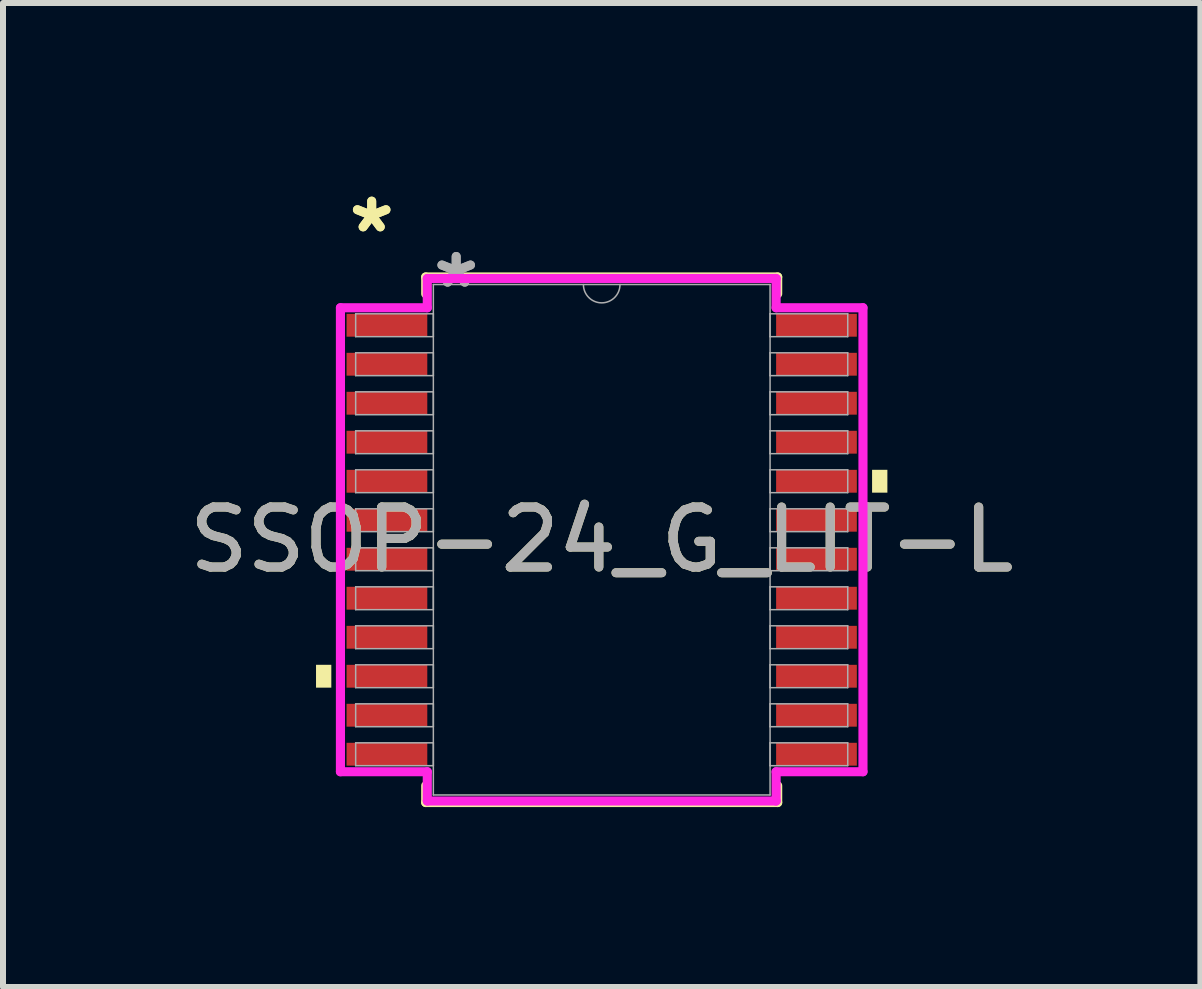
<source format=kicad_pcb>
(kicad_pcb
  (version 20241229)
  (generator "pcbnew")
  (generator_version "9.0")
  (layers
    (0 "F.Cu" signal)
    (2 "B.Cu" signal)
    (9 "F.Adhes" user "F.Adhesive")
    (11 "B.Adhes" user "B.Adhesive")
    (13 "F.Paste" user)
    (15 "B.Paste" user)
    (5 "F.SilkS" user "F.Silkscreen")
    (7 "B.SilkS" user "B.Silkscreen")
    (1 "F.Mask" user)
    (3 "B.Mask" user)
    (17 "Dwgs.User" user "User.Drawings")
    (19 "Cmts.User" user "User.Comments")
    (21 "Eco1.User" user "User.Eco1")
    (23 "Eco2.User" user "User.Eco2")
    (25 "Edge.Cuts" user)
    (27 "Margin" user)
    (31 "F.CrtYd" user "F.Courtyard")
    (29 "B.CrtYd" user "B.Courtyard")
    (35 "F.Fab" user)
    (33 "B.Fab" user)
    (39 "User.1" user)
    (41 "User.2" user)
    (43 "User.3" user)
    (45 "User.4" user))
  (footprint "SSOP-24_G_LIT-L"
    (layer "F.Cu")
    (at 6.982 5.949)
    (property "Reference" "SSOP-24_G_LIT-L" (at 0 0 0) (unlocked yes) (layer "F.SilkS") (effects (font (size 1 1) (thickness 0.15))))
    (attr smd)
    (fp_line (start -2.934 -4.381) (end -2.934 -4.1) (stroke (width 0.152) (type solid)) (layer "F.SilkS"))
    (fp_line (start -2.934 4.1) (end -2.934 4.381) (stroke (width 0.152) (type solid)) (layer "F.SilkS"))
    (fp_line (start -2.934 4.381) (end 2.934 4.381) (stroke (width 0.152) (type solid)) (layer "F.SilkS"))
    (fp_line (start 2.934 -4.381) (end -2.934 -4.381) (stroke (width 0.152) (type solid)) (layer "F.SilkS"))
    (fp_line (start 2.934 -4.1) (end 2.934 -4.381) (stroke (width 0.152) (type solid)) (layer "F.SilkS"))
    (fp_line (start 2.934 4.381) (end 2.934 4.1) (stroke (width 0.152) (type solid)) (layer "F.SilkS"))
    (fp_poly (pts (xy -4.763 2.085) (xy -4.763 2.466) (xy -4.508 2.466) (xy -4.508 2.085)) (stroke (width 0) (type solid)) (fill yes) (layer "F.SilkS"))
    (fp_poly (pts (xy 4.763 -1.166) (xy 4.763 -0.785) (xy 4.508 -0.785) (xy 4.508 -1.166)) (stroke (width 0) (type solid)) (fill yes) (layer "F.SilkS"))
    (fp_line (start -4.356 -3.868) (end -2.908 -3.868) (stroke (width 0.152) (type solid)) (layer "F.CrtYd"))
    (fp_line (start -4.356 3.868) (end -4.356 -3.868) (stroke (width 0.152) (type solid)) (layer "F.CrtYd"))
    (fp_line (start -4.356 3.868) (end -2.908 3.868) (stroke (width 0.152) (type solid)) (layer "F.CrtYd"))
    (fp_line (start -2.908 -4.356) (end 2.908 -4.356) (stroke (width 0.152) (type solid)) (layer "F.CrtYd"))
    (fp_line (start -2.908 -3.868) (end -2.908 -4.356) (stroke (width 0.152) (type solid)) (layer "F.CrtYd"))
    (fp_line (start -2.908 4.356) (end -2.908 3.868) (stroke (width 0.152) (type solid)) (layer "F.CrtYd"))
    (fp_line (start 2.908 -4.356) (end 2.908 -3.868) (stroke (width 0.152) (type solid)) (layer "F.CrtYd"))
    (fp_line (start 2.908 3.868) (end 2.908 4.356) (stroke (width 0.152) (type solid)) (layer "F.CrtYd"))
    (fp_line (start 2.908 4.356) (end -2.908 4.356) (stroke (width 0.152) (type solid)) (layer "F.CrtYd"))
    (fp_line (start 4.356 -3.868) (end 2.908 -3.868) (stroke (width 0.152) (type solid)) (layer "F.CrtYd"))
    (fp_line (start 4.356 -3.868) (end 4.356 3.868) (stroke (width 0.152) (type solid)) (layer "F.CrtYd"))
    (fp_line (start 4.356 3.868) (end 2.908 3.868) (stroke (width 0.152) (type solid)) (layer "F.CrtYd"))
    (fp_line (start -4.102 -3.767) (end -4.102 -3.386) (stroke (width 0.025) (type solid)) (layer "F.Fab"))
    (fp_line (start -4.102 -3.386) (end -2.807 -3.386) (stroke (width 0.025) (type solid)) (layer "F.Fab"))
    (fp_line (start -4.102 -3.117) (end -4.102 -2.736) (stroke (width 0.025) (type solid)) (layer "F.Fab"))
    (fp_line (start -4.102 -2.736) (end -2.807 -2.736) (stroke (width 0.025) (type solid)) (layer "F.Fab"))
    (fp_line (start -4.102 -2.466) (end -4.102 -2.085) (stroke (width 0.025) (type solid)) (layer "F.Fab"))
    (fp_line (start -4.102 -2.085) (end -2.807 -2.085) (stroke (width 0.025) (type solid)) (layer "F.Fab"))
    (fp_line (start -4.102 -1.816) (end -4.102 -1.435) (stroke (width 0.025) (type solid)) (layer "F.Fab"))
    (fp_line (start -4.102 -1.435) (end -2.807 -1.435) (stroke (width 0.025) (type solid)) (layer "F.Fab"))
    (fp_line (start -4.102 -1.166) (end -4.102 -0.785) (stroke (width 0.025) (type solid)) (layer "F.Fab"))
    (fp_line (start -4.102 -0.785) (end -2.807 -0.785) (stroke (width 0.025) (type solid)) (layer "F.Fab"))
    (fp_line (start -4.102 -0.516) (end -4.102 -0.135) (stroke (width 0.025) (type solid)) (layer "F.Fab"))
    (fp_line (start -4.102 -0.135) (end -2.807 -0.135) (stroke (width 0.025) (type solid)) (layer "F.Fab"))
    (fp_line (start -4.102 0.135) (end -4.102 0.516) (stroke (width 0.025) (type solid)) (layer "F.Fab"))
    (fp_line (start -4.102 0.516) (end -2.807 0.516) (stroke (width 0.025) (type solid)) (layer "F.Fab"))
    (fp_line (start -4.102 0.785) (end -4.102 1.166) (stroke (width 0.025) (type solid)) (layer "F.Fab"))
    (fp_line (start -4.102 1.166) (end -2.807 1.166) (stroke (width 0.025) (type solid)) (layer "F.Fab"))
    (fp_line (start -4.102 1.435) (end -4.102 1.816) (stroke (width 0.025) (type solid)) (layer "F.Fab"))
    (fp_line (start -4.102 1.816) (end -2.807 1.816) (stroke (width 0.025) (type solid)) (layer "F.Fab"))
    (fp_line (start -4.102 2.085) (end -4.102 2.466) (stroke (width 0.025) (type solid)) (layer "F.Fab"))
    (fp_line (start -4.102 2.466) (end -2.807 2.466) (stroke (width 0.025) (type solid)) (layer "F.Fab"))
    (fp_line (start -4.102 2.736) (end -4.102 3.117) (stroke (width 0.025) (type solid)) (layer "F.Fab"))
    (fp_line (start -4.102 3.117) (end -2.807 3.117) (stroke (width 0.025) (type solid)) (layer "F.Fab"))
    (fp_line (start -4.102 3.386) (end -4.102 3.767) (stroke (width 0.025) (type solid)) (layer "F.Fab"))
    (fp_line (start -4.102 3.767) (end -2.807 3.767) (stroke (width 0.025) (type solid)) (layer "F.Fab"))
    (fp_line (start -2.807 -4.255) (end -2.807 4.255) (stroke (width 0.025) (type solid)) (layer "F.Fab"))
    (fp_line (start -2.807 -3.767) (end -4.102 -3.767) (stroke (width 0.025) (type solid)) (layer "F.Fab"))
    (fp_line (start -2.807 -3.386) (end -2.807 -3.767) (stroke (width 0.025) (type solid)) (layer "F.Fab"))
    (fp_line (start -2.807 -3.117) (end -4.102 -3.117) (stroke (width 0.025) (type solid)) (layer "F.Fab"))
    (fp_line (start -2.807 -2.736) (end -2.807 -3.117) (stroke (width 0.025) (type solid)) (layer "F.Fab"))
    (fp_line (start -2.807 -2.466) (end -4.102 -2.466) (stroke (width 0.025) (type solid)) (layer "F.Fab"))
    (fp_line (start -2.807 -2.085) (end -2.807 -2.466) (stroke (width 0.025) (type solid)) (layer "F.Fab"))
    (fp_line (start -2.807 -1.816) (end -4.102 -1.816) (stroke (width 0.025) (type solid)) (layer "F.Fab"))
    (fp_line (start -2.807 -1.435) (end -2.807 -1.816) (stroke (width 0.025) (type solid)) (layer "F.Fab"))
    (fp_line (start -2.807 -1.166) (end -4.102 -1.166) (stroke (width 0.025) (type solid)) (layer "F.Fab"))
    (fp_line (start -2.807 -0.785) (end -2.807 -1.166) (stroke (width 0.025) (type solid)) (layer "F.Fab"))
    (fp_line (start -2.807 -0.516) (end -4.102 -0.516) (stroke (width 0.025) (type solid)) (layer "F.Fab"))
    (fp_line (start -2.807 -0.135) (end -2.807 -0.516) (stroke (width 0.025) (type solid)) (layer "F.Fab"))
    (fp_line (start -2.807 0.135) (end -4.102 0.135) (stroke (width 0.025) (type solid)) (layer "F.Fab"))
    (fp_line (start -2.807 0.516) (end -2.807 0.135) (stroke (width 0.025) (type solid)) (layer "F.Fab"))
    (fp_line (start -2.807 0.785) (end -4.102 0.785) (stroke (width 0.025) (type solid)) (layer "F.Fab"))
    (fp_line (start -2.807 1.166) (end -2.807 0.785) (stroke (width 0.025) (type solid)) (layer "F.Fab"))
    (fp_line (start -2.807 1.435) (end -4.102 1.435) (stroke (width 0.025) (type solid)) (layer "F.Fab"))
    (fp_line (start -2.807 1.816) (end -2.807 1.435) (stroke (width 0.025) (type solid)) (layer "F.Fab"))
    (fp_line (start -2.807 2.085) (end -4.102 2.085) (stroke (width 0.025) (type solid)) (layer "F.Fab"))
    (fp_line (start -2.807 2.466) (end -2.807 2.085) (stroke (width 0.025) (type solid)) (layer "F.Fab"))
    (fp_line (start -2.807 2.736) (end -4.102 2.736) (stroke (width 0.025) (type solid)) (layer "F.Fab"))
    (fp_line (start -2.807 3.117) (end -2.807 2.736) (stroke (width 0.025) (type solid)) (layer "F.Fab"))
    (fp_line (start -2.807 3.386) (end -4.102 3.386) (stroke (width 0.025) (type solid)) (layer "F.Fab"))
    (fp_line (start -2.807 3.767) (end -2.807 3.386) (stroke (width 0.025) (type solid)) (layer "F.Fab"))
    (fp_line (start -2.807 4.255) (end 2.807 4.255) (stroke (width 0.025) (type solid)) (layer "F.Fab"))
    (fp_line (start 2.807 -4.255) (end -2.807 -4.255) (stroke (width 0.025) (type solid)) (layer "F.Fab"))
    (fp_line (start 2.807 -3.767) (end 2.807 -3.386) (stroke (width 0.025) (type solid)) (layer "F.Fab"))
    (fp_line (start 2.807 -3.386) (end 4.102 -3.386) (stroke (width 0.025) (type solid)) (layer "F.Fab"))
    (fp_line (start 2.807 -3.117) (end 2.807 -2.736) (stroke (width 0.025) (type solid)) (layer "F.Fab"))
    (fp_line (start 2.807 -2.736) (end 4.102 -2.736) (stroke (width 0.025) (type solid)) (layer "F.Fab"))
    (fp_line (start 2.807 -2.466) (end 2.807 -2.085) (stroke (width 0.025) (type solid)) (layer "F.Fab"))
    (fp_line (start 2.807 -2.085) (end 4.102 -2.085) (stroke (width 0.025) (type solid)) (layer "F.Fab"))
    (fp_line (start 2.807 -1.816) (end 2.807 -1.435) (stroke (width 0.025) (type solid)) (layer "F.Fab"))
    (fp_line (start 2.807 -1.435) (end 4.102 -1.435) (stroke (width 0.025) (type solid)) (layer "F.Fab"))
    (fp_line (start 2.807 -1.166) (end 2.807 -0.785) (stroke (width 0.025) (type solid)) (layer "F.Fab"))
    (fp_line (start 2.807 -0.785) (end 4.102 -0.785) (stroke (width 0.025) (type solid)) (layer "F.Fab"))
    (fp_line (start 2.807 -0.516) (end 2.807 -0.135) (stroke (width 0.025) (type solid)) (layer "F.Fab"))
    (fp_line (start 2.807 -0.135) (end 4.102 -0.135) (stroke (width 0.025) (type solid)) (layer "F.Fab"))
    (fp_line (start 2.807 0.135) (end 2.807 0.516) (stroke (width 0.025) (type solid)) (layer "F.Fab"))
    (fp_line (start 2.807 0.516) (end 4.102 0.516) (stroke (width 0.025) (type solid)) (layer "F.Fab"))
    (fp_line (start 2.807 0.785) (end 2.807 1.166) (stroke (width 0.025) (type solid)) (layer "F.Fab"))
    (fp_line (start 2.807 1.166) (end 4.102 1.166) (stroke (width 0.025) (type solid)) (layer "F.Fab"))
    (fp_line (start 2.807 1.435) (end 2.807 1.816) (stroke (width 0.025) (type solid)) (layer "F.Fab"))
    (fp_line (start 2.807 1.816) (end 4.102 1.816) (stroke (width 0.025) (type solid)) (layer "F.Fab"))
    (fp_line (start 2.807 2.085) (end 2.807 2.466) (stroke (width 0.025) (type solid)) (layer "F.Fab"))
    (fp_line (start 2.807 2.466) (end 4.102 2.466) (stroke (width 0.025) (type solid)) (layer "F.Fab"))
    (fp_line (start 2.807 2.736) (end 2.807 3.117) (stroke (width 0.025) (type solid)) (layer "F.Fab"))
    (fp_line (start 2.807 3.117) (end 4.102 3.117) (stroke (width 0.025) (type solid)) (layer "F.Fab"))
    (fp_line (start 2.807 3.386) (end 2.807 3.767) (stroke (width 0.025) (type solid)) (layer "F.Fab"))
    (fp_line (start 2.807 3.767) (end 4.102 3.767) (stroke (width 0.025) (type solid)) (layer "F.Fab"))
    (fp_line (start 2.807 4.255) (end 2.807 -4.255) (stroke (width 0.025) (type solid)) (layer "F.Fab"))
    (fp_line (start 4.102 -3.767) (end 2.807 -3.767) (stroke (width 0.025) (type solid)) (layer "F.Fab"))
    (fp_line (start 4.102 -3.386) (end 4.102 -3.767) (stroke (width 0.025) (type solid)) (layer "F.Fab"))
    (fp_line (start 4.102 -3.117) (end 2.807 -3.117) (stroke (width 0.025) (type solid)) (layer "F.Fab"))
    (fp_line (start 4.102 -2.736) (end 4.102 -3.117) (stroke (width 0.025) (type solid)) (layer "F.Fab"))
    (fp_line (start 4.102 -2.466) (end 2.807 -2.466) (stroke (width 0.025) (type solid)) (layer "F.Fab"))
    (fp_line (start 4.102 -2.085) (end 4.102 -2.466) (stroke (width 0.025) (type solid)) (layer "F.Fab"))
    (fp_line (start 4.102 -1.816) (end 2.807 -1.816) (stroke (width 0.025) (type solid)) (layer "F.Fab"))
    (fp_line (start 4.102 -1.435) (end 4.102 -1.816) (stroke (width 0.025) (type solid)) (layer "F.Fab"))
    (fp_line (start 4.102 -1.166) (end 2.807 -1.166) (stroke (width 0.025) (type solid)) (layer "F.Fab"))
    (fp_line (start 4.102 -0.785) (end 4.102 -1.166) (stroke (width 0.025) (type solid)) (layer "F.Fab"))
    (fp_line (start 4.102 -0.516) (end 2.807 -0.516) (stroke (width 0.025) (type solid)) (layer "F.Fab"))
    (fp_line (start 4.102 -0.135) (end 4.102 -0.516) (stroke (width 0.025) (type solid)) (layer "F.Fab"))
    (fp_line (start 4.102 0.135) (end 2.807 0.135) (stroke (width 0.025) (type solid)) (layer "F.Fab"))
    (fp_line (start 4.102 0.516) (end 4.102 0.135) (stroke (width 0.025) (type solid)) (layer "F.Fab"))
    (fp_line (start 4.102 0.785) (end 2.807 0.785) (stroke (width 0.025) (type solid)) (layer "F.Fab"))
    (fp_line (start 4.102 1.166) (end 4.102 0.785) (stroke (width 0.025) (type solid)) (layer "F.Fab"))
    (fp_line (start 4.102 1.435) (end 2.807 1.435) (stroke (width 0.025) (type solid)) (layer "F.Fab"))
    (fp_line (start 4.102 1.816) (end 4.102 1.435) (stroke (width 0.025) (type solid)) (layer "F.Fab"))
    (fp_line (start 4.102 2.085) (end 2.807 2.085) (stroke (width 0.025) (type solid)) (layer "F.Fab"))
    (fp_line (start 4.102 2.466) (end 4.102 2.085) (stroke (width 0.025) (type solid)) (layer "F.Fab"))
    (fp_line (start 4.102 2.736) (end 2.807 2.736) (stroke (width 0.025) (type solid)) (layer "F.Fab"))
    (fp_line (start 4.102 3.117) (end 4.102 2.736) (stroke (width 0.025) (type solid)) (layer "F.Fab"))
    (fp_line (start 4.102 3.386) (end 2.807 3.386) (stroke (width 0.025) (type solid)) (layer "F.Fab"))
    (fp_line (start 4.102 3.767) (end 4.102 3.386) (stroke (width 0.025) (type solid)) (layer "F.Fab"))
    (fp_arc (start 0.3048 -4.2545) (mid 0 -3.9497) (end -0.3048 -4.2545) (stroke (width 0.0254) (type solid)) (layer "F.Fab"))
    (fp_text user "*" (at -3.835 -5.1 0) (layer "F.SilkS") (effects (font (size 1 1) (thickness 0.15))))
    (fp_text user "*" (at -3.835 -5.1 0) (unlocked yes) (layer "F.SilkS") (effects (font (size 1 1) (thickness 0.15))))
    (fp_text user "*" (at -2.426 -4.178 0) (unlocked yes) (layer "F.Fab") (effects (font (size 1 1) (thickness 0.15))))
    (fp_text user "${REFERENCE}" (at 0 0 0) (unlocked yes) (layer "F.Fab") (effects (font (size 1 1) (thickness 0.15))))
    (fp_text user "*" (at -2.426 -4.178 0) (layer "F.Fab") (effects (font (size 1 1) (thickness 0.15))))
    (pad "1" smd rect (at -3.581 -3.576) (size 1.346 0.381) (layers "F.Cu" "F.Mask" "F.Paste"))
    (pad "2" smd rect (at -3.581 -2.926) (size 1.346 0.381) (layers "F.Cu" "F.Mask" "F.Paste"))
    (pad "3" smd rect (at -3.581 -2.276) (size 1.346 0.381) (layers "F.Cu" "F.Mask" "F.Paste"))
    (pad "4" smd rect (at -3.581 -1.626) (size 1.346 0.381) (layers "F.Cu" "F.Mask" "F.Paste"))
    (pad "5" smd rect (at -3.581 -0.975) (size 1.346 0.381) (layers "F.Cu" "F.Mask" "F.Paste"))
    (pad "6" smd rect (at -3.581 -0.325) (size 1.346 0.381) (layers "F.Cu" "F.Mask" "F.Paste"))
    (pad "7" smd rect (at -3.581 0.325) (size 1.346 0.381) (layers "F.Cu" "F.Mask" "F.Paste"))
    (pad "8" smd rect (at -3.581 0.975) (size 1.346 0.381) (layers "F.Cu" "F.Mask" "F.Paste"))
    (pad "9" smd rect (at -3.581 1.626) (size 1.346 0.381) (layers "F.Cu" "F.Mask" "F.Paste"))
    (pad "10" smd rect (at -3.581 2.276) (size 1.346 0.381) (layers "F.Cu" "F.Mask" "F.Paste"))
    (pad "11" smd rect (at -3.581 2.926) (size 1.346 0.381) (layers "F.Cu" "F.Mask" "F.Paste"))
    (pad "12" smd rect (at -3.581 3.576) (size 1.346 0.381) (layers "F.Cu" "F.Mask" "F.Paste"))
    (pad "13" smd rect (at 3.581 3.576) (size 1.346 0.381) (layers "F.Cu" "F.Mask" "F.Paste"))
    (pad "14" smd rect (at 3.581 2.926) (size 1.346 0.381) (layers "F.Cu" "F.Mask" "F.Paste"))
    (pad "15" smd rect (at 3.581 2.276) (size 1.346 0.381) (layers "F.Cu" "F.Mask" "F.Paste"))
    (pad "16" smd rect (at 3.581 1.626) (size 1.346 0.381) (layers "F.Cu" "F.Mask" "F.Paste"))
    (pad "17" smd rect (at 3.581 0.975) (size 1.346 0.381) (layers "F.Cu" "F.Mask" "F.Paste"))
    (pad "18" smd rect (at 3.581 0.325) (size 1.346 0.381) (layers "F.Cu" "F.Mask" "F.Paste"))
    (pad "19" smd rect (at 3.581 -0.325) (size 1.346 0.381) (layers "F.Cu" "F.Mask" "F.Paste"))
    (pad "20" smd rect (at 3.581 -0.975) (size 1.346 0.381) (layers "F.Cu" "F.Mask" "F.Paste"))
    (pad "21" smd rect (at 3.581 -1.626) (size 1.346 0.381) (layers "F.Cu" "F.Mask" "F.Paste"))
    (pad "22" smd rect (at 3.581 -2.276) (size 1.346 0.381) (layers "F.Cu" "F.Mask" "F.Paste"))
    (pad "23" smd rect (at 3.581 -2.926) (size 1.346 0.381) (layers "F.Cu" "F.Mask" "F.Paste"))
    (pad "24" smd rect (at 3.581 -3.576) (size 1.346 0.381) (layers "F.Cu" "F.Mask" "F.Paste")))
  (gr_rect
    (start -3 -3)
    (end 16.964 13.406)
    (stroke (width 0.1) (type default))
    (fill no)
    (layer "Edge.Cuts")))
</source>
